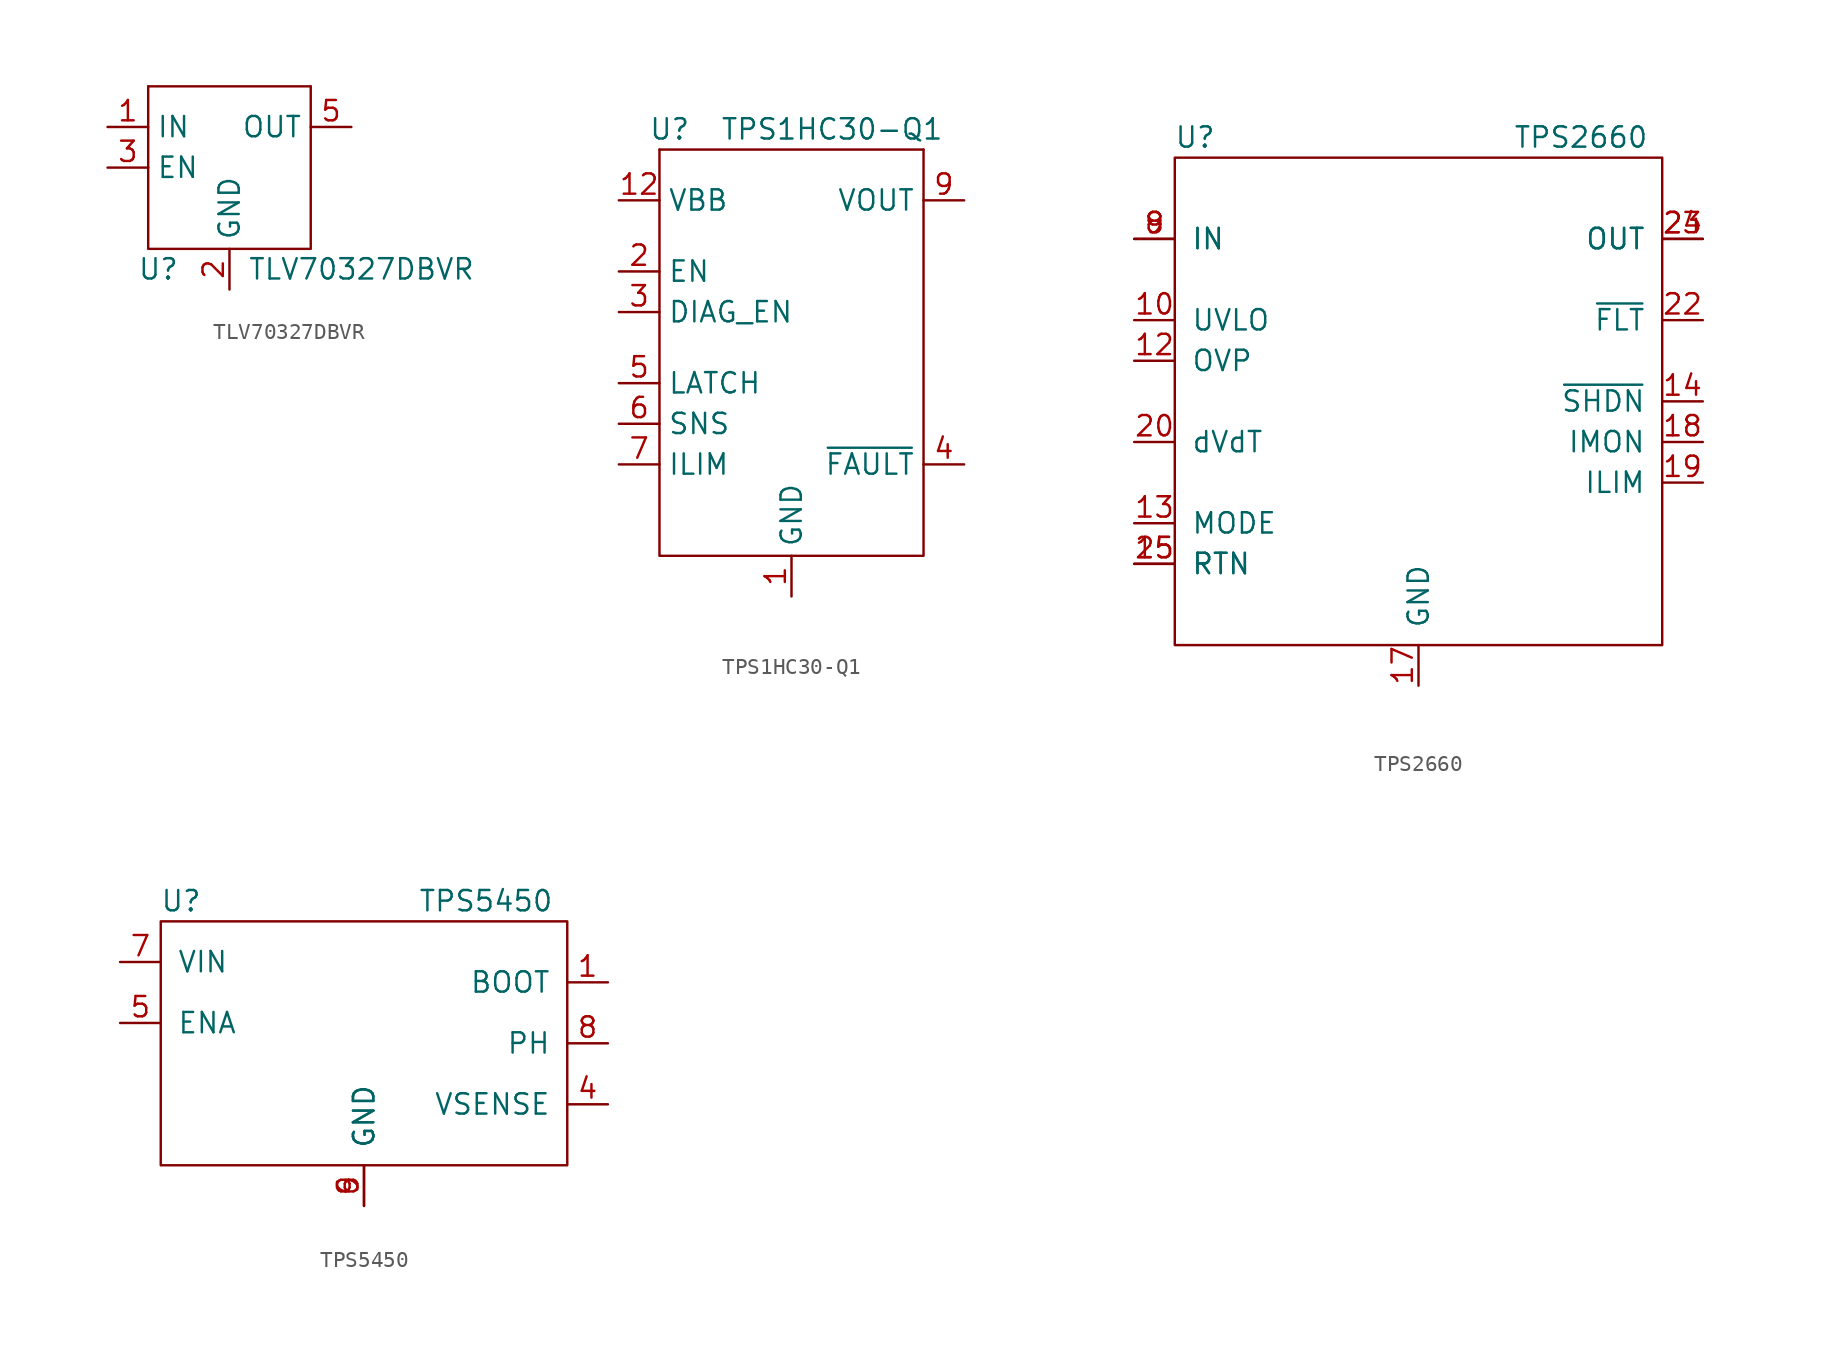
<source format=kicad_sym>
(kicad_symbol_lib
  (version 20211014)
  (generator kicad_symbol_editor)
  (symbol "TLV70327DBVR"
    (property "Reference" "U"
      (at -4.445 -6.35 0)
      (effects (font (size 1.27 1.27))))
    (property "Value" "TLV70327DBVR"
      (at 8.255 -6.35 0)
      (effects (font (size 1.27 1.27))))
    (symbol "TLV70327DBVR_0_1"
      (polyline (pts (xy -5.08 5.08) (xy 5.08 5.08)) (stroke (width 0.152) (type default) (color 0 0 0 0)) (fill (type none)))
      (polyline (pts (xy -5.08 5.08) (xy -5.08 -5.08) (xy 5.08 -5.08) (xy 5.08 5.08)) (stroke (width 0.152) (type default) (color 0 0 0 0)) (fill (type none))))
    (symbol "TLV70327DBVR_1_1"
      (pin passive line (at -7.62 2.54 0) (length 2.54) (name "IN" (effects (font (size 1.27 1.27)))) (number "1" (effects (font (size 1.27 1.27)))))
      (pin passive line (at 0 -7.62 90) (length 2.54) (name "GND" (effects (font (size 1.27 1.27)))) (number "2" (effects (font (size 1.27 1.27)))))
      (pin passive line (at -7.62 0 0) (length 2.54) (name "EN" (effects (font (size 1.27 1.27)))) (number "3" (effects (font (size 1.27 1.27)))))
      (pin passive line (at -1.27 1.27 0) (length 2.54) hide (name "NC" (effects (font (size 1.27 1.27)))) (number "4" (effects (font (size 1.27 1.27)))))
      (pin passive line (at 7.62 2.54 180) (length 2.54) (name "OUT" (effects (font (size 1.27 1.27)))) (number "5" (effects (font (size 1.27 1.27)))))))
  (symbol "TPS1HC30-Q1"
    (property "Reference" "U"
      (at -7.62 11.43 0)
      (effects (font (size 1.27 1.27))))
    (property "Value" "TPS1HC30-Q1"
      (at 2.54 11.43 0)
      (effects (font (size 1.27 1.27))))
    (symbol "TPS1HC30-Q1_0_1"
      (polyline (pts (xy -8.255 10.16) (xy 8.255 10.16)) (stroke (width 0.152) (type default) (color 0 0 0 0)) (fill (type none)))
      (polyline (pts (xy -8.255 10.16) (xy -8.255 -15.24) (xy 8.255 -15.24) (xy 8.255 10.16)) (stroke (width 0.152) (type default) (color 0 0 0 0)) (fill (type none))))
    (symbol "TPS1HC30-Q1_1_1"
      (pin input line (at 0 -17.78 90) (length 2.54) (name "GND" (effects (font (size 1.27 1.27)))) (number "1" (effects (font (size 1.27 1.27)))))
      (pin input line (at 10.795 6.985 180) (length 2.54) hide (name "VOUT" (effects (font (size 1.27 1.27)))) (number "10" (effects (font (size 1.27 1.27)))))
      (pin input line (at -1.27 -2.54 0) (length 2.54) hide (name "NC" (effects (font (size 1.27 1.27)))) (number "11" (effects (font (size 1.27 1.27)))))
      (pin input line (at -10.795 6.985 0) (length 2.54) (name "VBB" (effects (font (size 1.27 1.27)))) (number "12" (effects (font (size 1.27 1.27)))))
      (pin input line (at -10.795 6.985 0) (length 2.54) hide (name "VBB" (effects (font (size 1.27 1.27)))) (number "13" (effects (font (size 1.27 1.27)))))
      (pin input line (at -1.27 -2.54 0) (length 2.54) hide (name "NC" (effects (font (size 1.27 1.27)))) (number "14" (effects (font (size 1.27 1.27)))))
      (pin input line (at 0 -17.78 90) (length 2.54) hide (name "GND" (effects (font (size 1.27 1.27)))) (number "15" (effects (font (size 1.27 1.27)))))
      (pin input line (at -10.795 2.54 0) (length 2.54) (name "EN" (effects (font (size 1.27 1.27)))) (number "2" (effects (font (size 1.27 1.27)))))
      (pin input line (at -10.795 0 0) (length 2.54) (name "DIAG_EN" (effects (font (size 1.27 1.27)))) (number "3" (effects (font (size 1.27 1.27)))))
      (pin input line (at 10.795 -9.525 180) (length 2.54) (name "~{FAULT}" (effects (font (size 1.27 1.27)))) (number "4" (effects (font (size 1.27 1.27)))))
      (pin input line (at -10.795 -4.445 0) (length 2.54) (name "LATCH" (effects (font (size 1.27 1.27)))) (number "5" (effects (font (size 1.27 1.27)))))
      (pin input line (at -10.795 -6.985 0) (length 2.54) (name "SNS" (effects (font (size 1.27 1.27)))) (number "6" (effects (font (size 1.27 1.27)))))
      (pin input line (at -10.795 -9.525 0) (length 2.54) (name "ILIM" (effects (font (size 1.27 1.27)))) (number "7" (effects (font (size 1.27 1.27)))))
      (pin input line (at -1.27 -2.54 0) (length 2.54) hide (name "NC" (effects (font (size 1.27 1.27)))) (number "8" (effects (font (size 1.27 1.27)))))
      (pin input line (at 10.795 6.985 180) (length 2.54) (name "VOUT" (effects (font (size 1.27 1.27)))) (number "9" (effects (font (size 1.27 1.27)))))))
  (symbol "TPS2660"
    (pin_names
      (offset 1.016))
    (property "Reference" "U"
      (at -13.97 16.51 0)
      (effects (font (size 1.27 1.27))))
    (property "Value" "TPS2660"
      (at 10.16 16.51 0)
      (effects (font (size 1.27 1.27))))
    (symbol "TPS2660_0_1"
      (rectangle (start -15.24 15.24) (end 15.24 -15.24) (stroke (width 0) (type default) (color 0 0 0 0)) (fill (type none))))
    (symbol "TPS2660_1_1"
      (pin bidirectional line (at 0 11.43 0) (length 2.54) hide (name "NC" (effects (font (size 1.27 1.27)))) (number "1" (effects (font (size 1.27 1.27)))))
      (pin bidirectional line (at -17.78 5.08 0) (length 2.54) (name "UVLO" (effects (font (size 1.27 1.27)))) (number "10" (effects (font (size 1.27 1.27)))))
      (pin bidirectional line (at 0 -6.35 0) (length 2.54) hide (name "NC" (effects (font (size 1.27 1.27)))) (number "11" (effects (font (size 1.27 1.27)))))
      (pin bidirectional line (at -17.78 2.54 0) (length 2.54) (name "OVP" (effects (font (size 1.27 1.27)))) (number "12" (effects (font (size 1.27 1.27)))))
      (pin bidirectional line (at -17.78 -7.62 0) (length 2.54) (name "MODE" (effects (font (size 1.27 1.27)))) (number "13" (effects (font (size 1.27 1.27)))))
      (pin bidirectional line (at 17.78 0 180) (length 2.54) (name "~{SHDN}" (effects (font (size 1.27 1.27)))) (number "14" (effects (font (size 1.27 1.27)))))
      (pin bidirectional line (at -17.78 -10.16 0) (length 2.54) (name "RTN" (effects (font (size 1.27 1.27)))) (number "15" (effects (font (size 1.27 1.27)))))
      (pin bidirectional line (at 0 -8.89 0) (length 2.54) hide (name "NC" (effects (font (size 1.27 1.27)))) (number "16" (effects (font (size 1.27 1.27)))))
      (pin bidirectional line (at 0 -17.78 90) (length 2.54) (name "GND" (effects (font (size 1.27 1.27)))) (number "17" (effects (font (size 1.27 1.27)))))
      (pin bidirectional line (at 17.78 -2.54 180) (length 2.54) (name "IMON" (effects (font (size 1.27 1.27)))) (number "18" (effects (font (size 1.27 1.27)))))
      (pin bidirectional line (at 17.78 -5.08 180) (length 2.54) (name "ILIM" (effects (font (size 1.27 1.27)))) (number "19" (effects (font (size 1.27 1.27)))))
      (pin bidirectional line (at 0 8.89 0) (length 2.54) hide (name "NC" (effects (font (size 1.27 1.27)))) (number "2" (effects (font (size 1.27 1.27)))))
      (pin bidirectional line (at -17.78 -2.54 0) (length 2.54) (name "dVdT" (effects (font (size 1.27 1.27)))) (number "20" (effects (font (size 1.27 1.27)))))
      (pin bidirectional line (at 0 -11.43 0) (length 2.54) hide (name "NC" (effects (font (size 1.27 1.27)))) (number "21" (effects (font (size 1.27 1.27)))))
      (pin bidirectional line (at 17.78 5.08 180) (length 2.54) (name "~{FLT}" (effects (font (size 1.27 1.27)))) (number "22" (effects (font (size 1.27 1.27)))))
      (pin bidirectional line (at 17.78 10.16 180) (length 2.54) (name "OUT" (effects (font (size 1.27 1.27)))) (number "23" (effects (font (size 1.27 1.27)))))
      (pin bidirectional line (at 17.78 10.16 180) (length 2.54) (name "OUT" (effects (font (size 1.27 1.27)))) (number "24" (effects (font (size 1.27 1.27)))))
      (pin bidirectional line (at -17.78 -10.16 0) (length 2.54) (name "RTN" (effects (font (size 1.27 1.27)))) (number "25" (effects (font (size 1.27 1.27)))))
      (pin bidirectional line (at 0 6.35 0) (length 2.54) hide (name "NC" (effects (font (size 1.27 1.27)))) (number "3" (effects (font (size 1.27 1.27)))))
      (pin bidirectional line (at 0 3.81 0) (length 2.54) hide (name "NC" (effects (font (size 1.27 1.27)))) (number "4" (effects (font (size 1.27 1.27)))))
      (pin bidirectional line (at 0 1.27 0) (length 2.54) hide (name "NC" (effects (font (size 1.27 1.27)))) (number "5" (effects (font (size 1.27 1.27)))))
      (pin bidirectional line (at 0 -1.27 0) (length 2.54) hide (name "NC" (effects (font (size 1.27 1.27)))) (number "6" (effects (font (size 1.27 1.27)))))
      (pin bidirectional line (at 0 -3.81 0) (length 2.54) hide (name "NC" (effects (font (size 1.27 1.27)))) (number "7" (effects (font (size 1.27 1.27)))))
      (pin bidirectional line (at -17.78 10.16 0) (length 2.54) (name "IN" (effects (font (size 1.27 1.27)))) (number "8" (effects (font (size 1.27 1.27)))))
      (pin bidirectional line (at -17.78 10.16 0) (length 2.54) (name "IN" (effects (font (size 1.27 1.27)))) (number "9" (effects (font (size 1.27 1.27)))))))
  (symbol "TPS5450"
    (pin_names
      (offset 1.016))
    (property "Reference" "U"
      (at -11.43 8.89 0)
      (effects (font (size 1.27 1.27))))
    (property "Value" "TPS5450"
      (at 7.62 8.89 0)
      (effects (font (size 1.27 1.27))))
    (symbol "TPS5450_0_1"
      (rectangle (start -12.7 7.62) (end 12.7 -7.62) (stroke (width 0) (type default) (color 0 0 0 0)) (fill (type none))))
    (symbol "TPS5450_1_1"
      (pin bidirectional line (at 15.24 3.81 180) (length 2.54) (name "BOOT" (effects (font (size 1.27 1.27)))) (number "1" (effects (font (size 1.27 1.27)))))
      (pin bidirectional line (at -15.24 -2.54 0) (length 2.54) hide (name "NC" (effects (font (size 1.27 1.27)))) (number "2" (effects (font (size 1.27 1.27)))))
      (pin bidirectional line (at -15.24 -5.08 0) (length 2.54) hide (name "NC" (effects (font (size 1.27 1.27)))) (number "3" (effects (font (size 1.27 1.27)))))
      (pin bidirectional line (at 15.24 -3.81 180) (length 2.54) (name "VSENSE" (effects (font (size 1.27 1.27)))) (number "4" (effects (font (size 1.27 1.27)))))
      (pin bidirectional line (at -15.24 1.27 0) (length 2.54) (name "ENA" (effects (font (size 1.27 1.27)))) (number "5" (effects (font (size 1.27 1.27)))))
      (pin bidirectional line (at 0 -10.16 90) (length 2.54) (name "GND" (effects (font (size 1.27 1.27)))) (number "6" (effects (font (size 1.27 1.27)))))
      (pin bidirectional line (at -15.24 5.08 0) (length 2.54) (name "VIN" (effects (font (size 1.27 1.27)))) (number "7" (effects (font (size 1.27 1.27)))))
      (pin bidirectional line (at 15.24 0 180) (length 2.54) (name "PH" (effects (font (size 1.27 1.27)))) (number "8" (effects (font (size 1.27 1.27)))))
      (pin bidirectional line (at 0 -10.16 90) (length 2.54) (name "GND" (effects (font (size 1.27 1.27)))) (number "9" (effects (font (size 1.27 1.27))))))))
</source>
